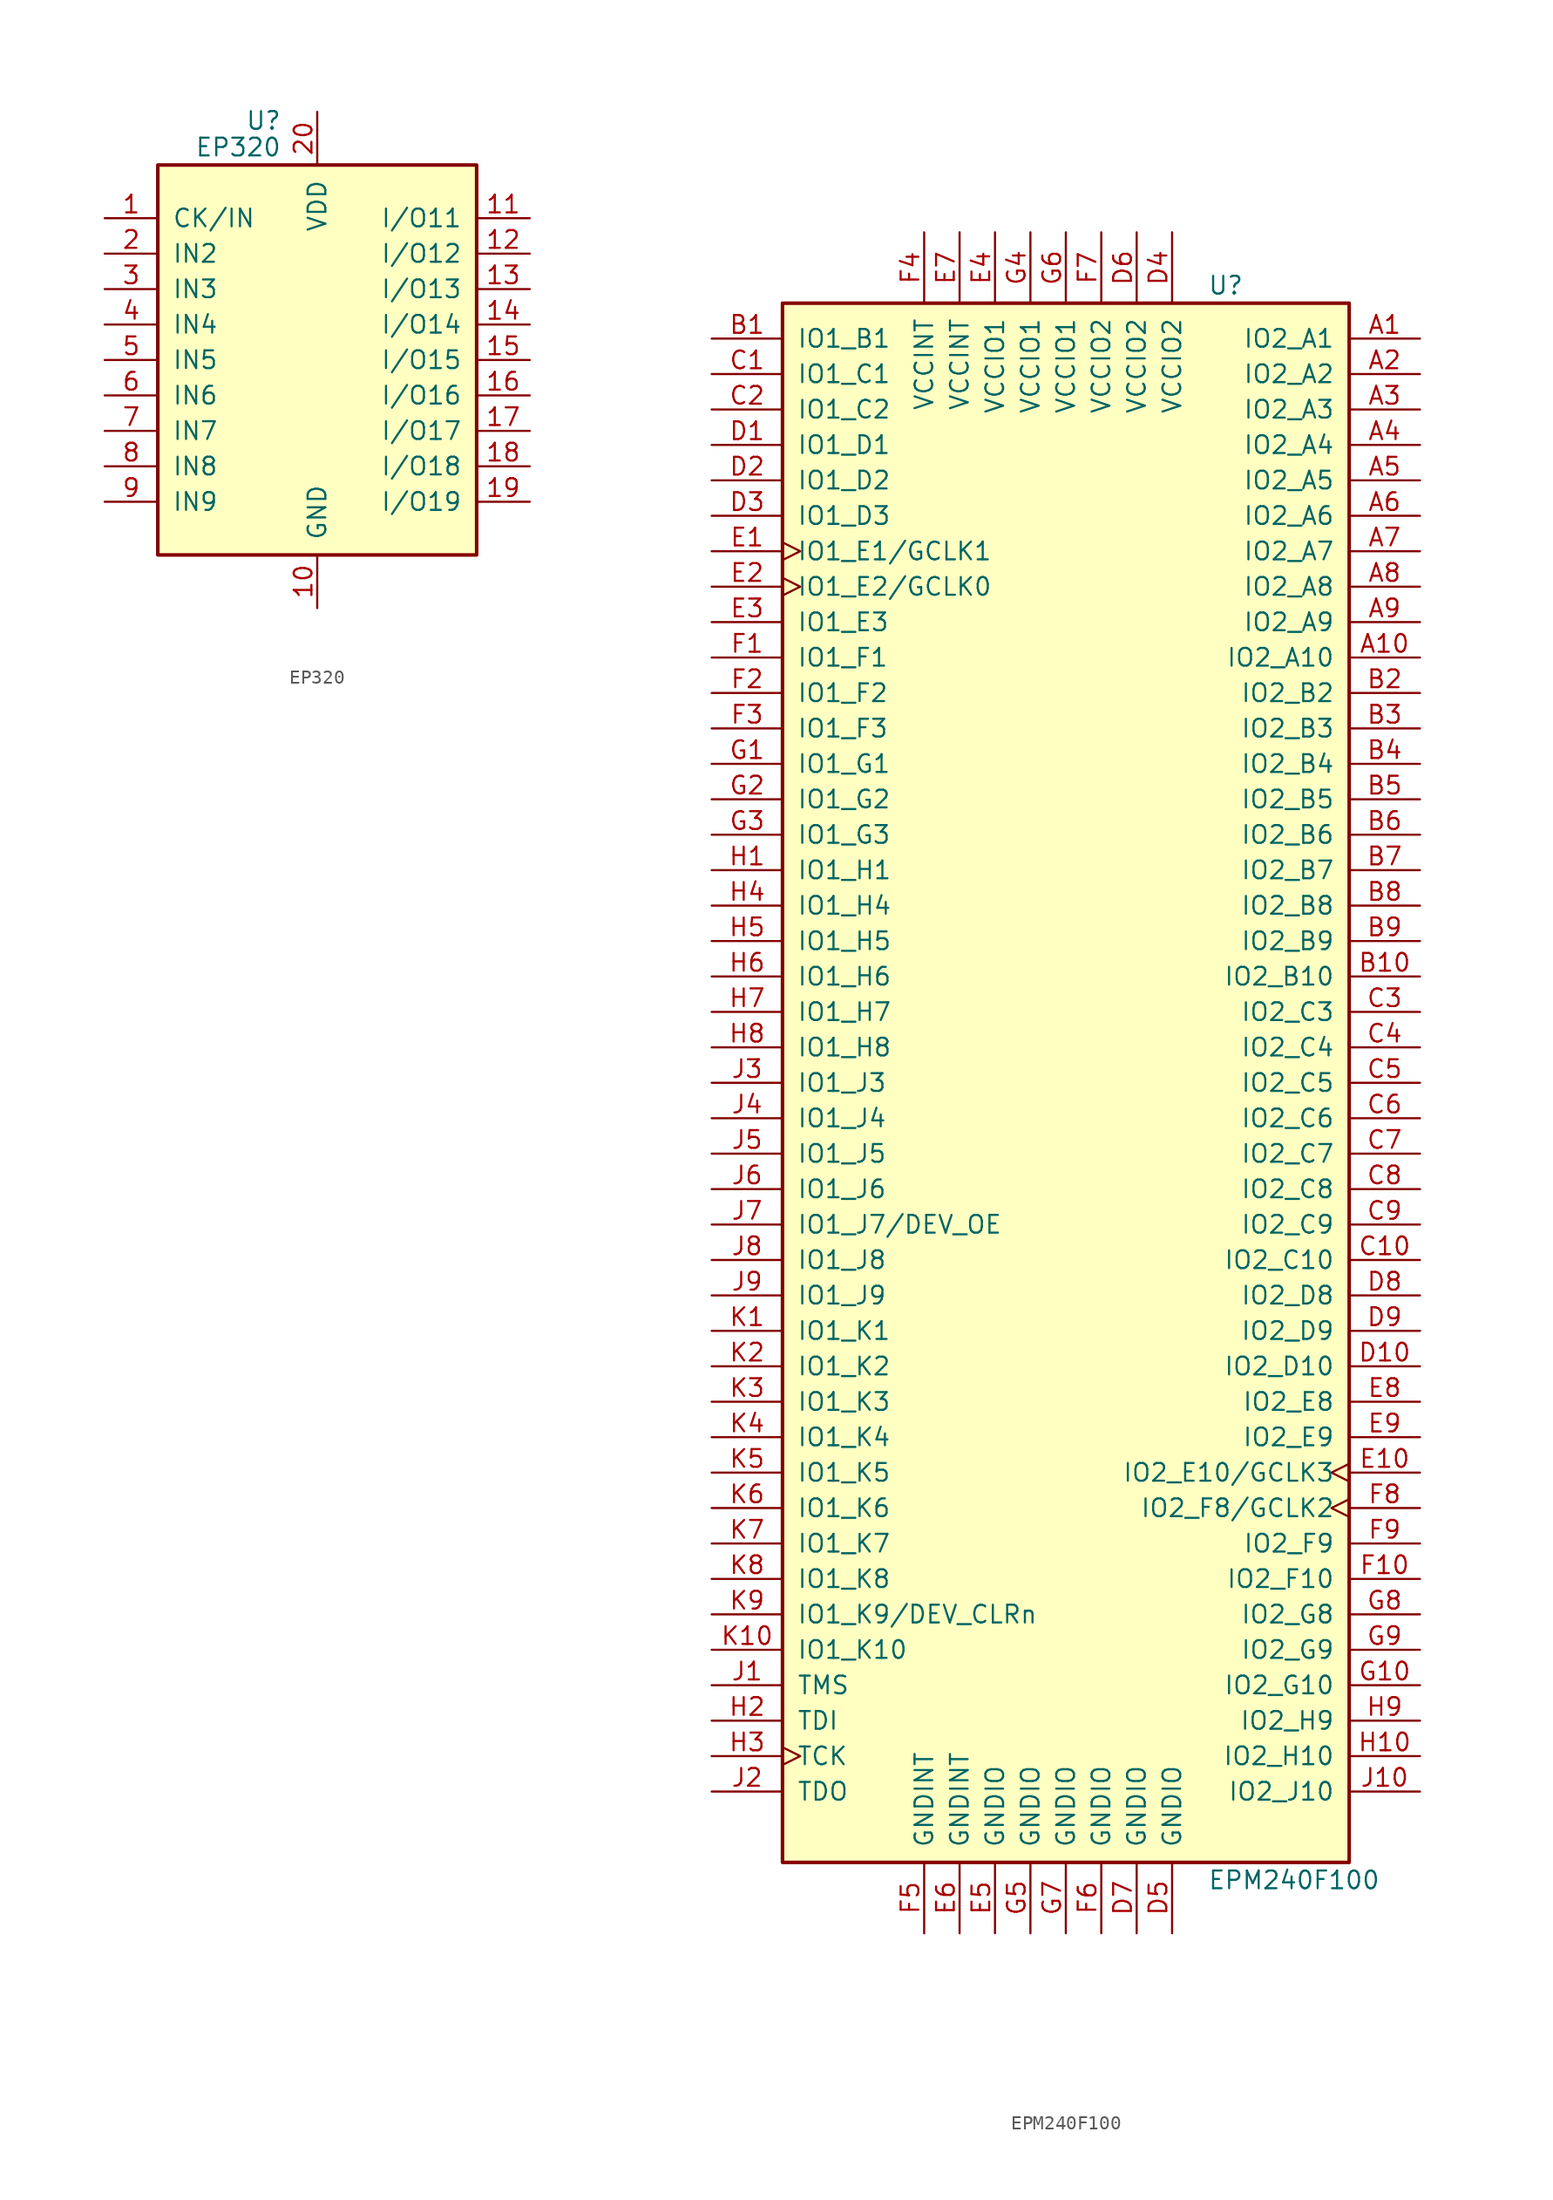
<source format=kicad_sym>
(kicad_symbol_lib
  (version 20220914)
  (generator kicad_symbol_editor)
  (symbol "EP320"
    (pin_names
      (offset 1.016))
    (property "Reference" "U"
      (at -2.54 17.145 0)
      (effects (font (size 1.27 1.27)) (justify right)))
    (property "Value" "EP320"
      (at -2.54 15.24 0)
      (effects (font (size 1.27 1.27)) (justify right)))
    (symbol "EP320_0_1"
      (rectangle (start -11.43 -13.97) (end 11.43 13.97) (stroke (width 0.254) (type default)) (fill (type background))))
    (symbol "EP320_1_1"
      (pin input line (at -15.24 10.16 0) (length 3.81) (name "CK/IN" (effects (font (size 1.27 1.27)))) (number "1" (effects (font (size 1.27 1.27)))))
      (pin power_in line (at 0 -17.78 90) (length 3.81) (name "GND" (effects (font (size 1.27 1.27)))) (number "10" (effects (font (size 1.27 1.27)))))
      (pin bidirectional line (at 15.24 10.16 180) (length 3.81) (name "I/O11" (effects (font (size 1.27 1.27)))) (number "11" (effects (font (size 1.27 1.27)))))
      (pin bidirectional line (at 15.24 7.62 180) (length 3.81) (name "I/O12" (effects (font (size 1.27 1.27)))) (number "12" (effects (font (size 1.27 1.27)))))
      (pin bidirectional line (at 15.24 5.08 180) (length 3.81) (name "I/O13" (effects (font (size 1.27 1.27)))) (number "13" (effects (font (size 1.27 1.27)))))
      (pin bidirectional line (at 15.24 2.54 180) (length 3.81) (name "I/O14" (effects (font (size 1.27 1.27)))) (number "14" (effects (font (size 1.27 1.27)))))
      (pin bidirectional line (at 15.24 0 180) (length 3.81) (name "I/O15" (effects (font (size 1.27 1.27)))) (number "15" (effects (font (size 1.27 1.27)))))
      (pin bidirectional line (at 15.24 -2.54 180) (length 3.81) (name "I/O16" (effects (font (size 1.27 1.27)))) (number "16" (effects (font (size 1.27 1.27)))))
      (pin bidirectional line (at 15.24 -5.08 180) (length 3.81) (name "I/O17" (effects (font (size 1.27 1.27)))) (number "17" (effects (font (size 1.27 1.27)))))
      (pin bidirectional line (at 15.24 -7.62 180) (length 3.81) (name "I/O18" (effects (font (size 1.27 1.27)))) (number "18" (effects (font (size 1.27 1.27)))))
      (pin bidirectional line (at 15.24 -10.16 180) (length 3.81) (name "I/O19" (effects (font (size 1.27 1.27)))) (number "19" (effects (font (size 1.27 1.27)))))
      (pin input line (at -15.24 7.62 0) (length 3.81) (name "IN2" (effects (font (size 1.27 1.27)))) (number "2" (effects (font (size 1.27 1.27)))))
      (pin power_in line (at 0 17.78 270) (length 3.81) (name "VDD" (effects (font (size 1.27 1.27)))) (number "20" (effects (font (size 1.27 1.27)))))
      (pin input line (at -15.24 5.08 0) (length 3.81) (name "IN3" (effects (font (size 1.27 1.27)))) (number "3" (effects (font (size 1.27 1.27)))))
      (pin input line (at -15.24 2.54 0) (length 3.81) (name "IN4" (effects (font (size 1.27 1.27)))) (number "4" (effects (font (size 1.27 1.27)))))
      (pin input line (at -15.24 0 0) (length 3.81) (name "IN5" (effects (font (size 1.27 1.27)))) (number "5" (effects (font (size 1.27 1.27)))))
      (pin input line (at -15.24 -2.54 0) (length 3.81) (name "IN6" (effects (font (size 1.27 1.27)))) (number "6" (effects (font (size 1.27 1.27)))))
      (pin input line (at -15.24 -5.08 0) (length 3.81) (name "IN7" (effects (font (size 1.27 1.27)))) (number "7" (effects (font (size 1.27 1.27)))))
      (pin input line (at -15.24 -7.62 0) (length 3.81) (name "IN8" (effects (font (size 1.27 1.27)))) (number "8" (effects (font (size 1.27 1.27)))))
      (pin input line (at -15.24 -10.16 0) (length 3.81) (name "IN9" (effects (font (size 1.27 1.27)))) (number "9" (effects (font (size 1.27 1.27)))))))
  (symbol "EPM240F100"
    (pin_names
      (offset 1.016))
    (property "Reference" "U"
      (at 10.16 57.15 0)
      (effects (font (size 1.27 1.27)) (justify left)))
    (property "Value" "EPM240F100"
      (at 10.16 -57.15 0)
      (effects (font (size 1.27 1.27)) (justify left)))
    (property "ki_locked" ""
      (at 0 0 0)
      (effects (font (size 1.27 1.27))))
    (symbol "EPM240F100_1_1"
      (rectangle (start -20.32 55.88) (end 20.32 -55.88) (stroke (width 0.254) (type default)) (fill (type background)))
      (pin bidirectional line (at 25.4 53.34 180) (length 5.08) (name "IO2_A1" (effects (font (size 1.27 1.27)))) (number "A1" (effects (font (size 1.27 1.27)))))
      (pin bidirectional line (at 25.4 30.48 180) (length 5.08) (name "IO2_A10" (effects (font (size 1.27 1.27)))) (number "A10" (effects (font (size 1.27 1.27)))))
      (pin bidirectional line (at 25.4 50.8 180) (length 5.08) (name "IO2_A2" (effects (font (size 1.27 1.27)))) (number "A2" (effects (font (size 1.27 1.27)))))
      (pin bidirectional line (at 25.4 48.26 180) (length 5.08) (name "IO2_A3" (effects (font (size 1.27 1.27)))) (number "A3" (effects (font (size 1.27 1.27)))))
      (pin bidirectional line (at 25.4 45.72 180) (length 5.08) (name "IO2_A4" (effects (font (size 1.27 1.27)))) (number "A4" (effects (font (size 1.27 1.27)))))
      (pin bidirectional line (at 25.4 43.18 180) (length 5.08) (name "IO2_A5" (effects (font (size 1.27 1.27)))) (number "A5" (effects (font (size 1.27 1.27)))))
      (pin bidirectional line (at 25.4 40.64 180) (length 5.08) (name "IO2_A6" (effects (font (size 1.27 1.27)))) (number "A6" (effects (font (size 1.27 1.27)))))
      (pin bidirectional line (at 25.4 38.1 180) (length 5.08) (name "IO2_A7" (effects (font (size 1.27 1.27)))) (number "A7" (effects (font (size 1.27 1.27)))))
      (pin bidirectional line (at 25.4 35.56 180) (length 5.08) (name "IO2_A8" (effects (font (size 1.27 1.27)))) (number "A8" (effects (font (size 1.27 1.27)))))
      (pin bidirectional line (at 25.4 33.02 180) (length 5.08) (name "IO2_A9" (effects (font (size 1.27 1.27)))) (number "A9" (effects (font (size 1.27 1.27)))))
      (pin bidirectional line (at -25.4 53.34 0) (length 5.08) (name "IO1_B1" (effects (font (size 1.27 1.27)))) (number "B1" (effects (font (size 1.27 1.27)))))
      (pin bidirectional line (at 25.4 7.62 180) (length 5.08) (name "IO2_B10" (effects (font (size 1.27 1.27)))) (number "B10" (effects (font (size 1.27 1.27)))))
      (pin bidirectional line (at 25.4 27.94 180) (length 5.08) (name "IO2_B2" (effects (font (size 1.27 1.27)))) (number "B2" (effects (font (size 1.27 1.27)))))
      (pin bidirectional line (at 25.4 25.4 180) (length 5.08) (name "IO2_B3" (effects (font (size 1.27 1.27)))) (number "B3" (effects (font (size 1.27 1.27)))))
      (pin bidirectional line (at 25.4 22.86 180) (length 5.08) (name "IO2_B4" (effects (font (size 1.27 1.27)))) (number "B4" (effects (font (size 1.27 1.27)))))
      (pin bidirectional line (at 25.4 20.32 180) (length 5.08) (name "IO2_B5" (effects (font (size 1.27 1.27)))) (number "B5" (effects (font (size 1.27 1.27)))))
      (pin bidirectional line (at 25.4 17.78 180) (length 5.08) (name "IO2_B6" (effects (font (size 1.27 1.27)))) (number "B6" (effects (font (size 1.27 1.27)))))
      (pin bidirectional line (at 25.4 15.24 180) (length 5.08) (name "IO2_B7" (effects (font (size 1.27 1.27)))) (number "B7" (effects (font (size 1.27 1.27)))))
      (pin bidirectional line (at 25.4 12.7 180) (length 5.08) (name "IO2_B8" (effects (font (size 1.27 1.27)))) (number "B8" (effects (font (size 1.27 1.27)))))
      (pin bidirectional line (at 25.4 10.16 180) (length 5.08) (name "IO2_B9" (effects (font (size 1.27 1.27)))) (number "B9" (effects (font (size 1.27 1.27)))))
      (pin bidirectional line (at -25.4 50.8 0) (length 5.08) (name "IO1_C1" (effects (font (size 1.27 1.27)))) (number "C1" (effects (font (size 1.27 1.27)))))
      (pin bidirectional line (at 25.4 -12.7 180) (length 5.08) (name "IO2_C10" (effects (font (size 1.27 1.27)))) (number "C10" (effects (font (size 1.27 1.27)))))
      (pin bidirectional line (at -25.4 48.26 0) (length 5.08) (name "IO1_C2" (effects (font (size 1.27 1.27)))) (number "C2" (effects (font (size 1.27 1.27)))))
      (pin bidirectional line (at 25.4 5.08 180) (length 5.08) (name "IO2_C3" (effects (font (size 1.27 1.27)))) (number "C3" (effects (font (size 1.27 1.27)))))
      (pin bidirectional line (at 25.4 2.54 180) (length 5.08) (name "IO2_C4" (effects (font (size 1.27 1.27)))) (number "C4" (effects (font (size 1.27 1.27)))))
      (pin bidirectional line (at 25.4 0 180) (length 5.08) (name "IO2_C5" (effects (font (size 1.27 1.27)))) (number "C5" (effects (font (size 1.27 1.27)))))
      (pin bidirectional line (at 25.4 -2.54 180) (length 5.08) (name "IO2_C6" (effects (font (size 1.27 1.27)))) (number "C6" (effects (font (size 1.27 1.27)))))
      (pin bidirectional line (at 25.4 -5.08 180) (length 5.08) (name "IO2_C7" (effects (font (size 1.27 1.27)))) (number "C7" (effects (font (size 1.27 1.27)))))
      (pin bidirectional line (at 25.4 -7.62 180) (length 5.08) (name "IO2_C8" (effects (font (size 1.27 1.27)))) (number "C8" (effects (font (size 1.27 1.27)))))
      (pin bidirectional line (at 25.4 -10.16 180) (length 5.08) (name "IO2_C9" (effects (font (size 1.27 1.27)))) (number "C9" (effects (font (size 1.27 1.27)))))
      (pin bidirectional line (at -25.4 45.72 0) (length 5.08) (name "IO1_D1" (effects (font (size 1.27 1.27)))) (number "D1" (effects (font (size 1.27 1.27)))))
      (pin bidirectional line (at 25.4 -20.32 180) (length 5.08) (name "IO2_D10" (effects (font (size 1.27 1.27)))) (number "D10" (effects (font (size 1.27 1.27)))))
      (pin bidirectional line (at -25.4 43.18 0) (length 5.08) (name "IO1_D2" (effects (font (size 1.27 1.27)))) (number "D2" (effects (font (size 1.27 1.27)))))
      (pin bidirectional line (at -25.4 40.64 0) (length 5.08) (name "IO1_D3" (effects (font (size 1.27 1.27)))) (number "D3" (effects (font (size 1.27 1.27)))))
      (pin power_in line (at 7.62 60.96 270) (length 5.08) (name "VCCIO2" (effects (font (size 1.27 1.27)))) (number "D4" (effects (font (size 1.27 1.27)))))
      (pin power_in line (at 7.62 -60.96 90) (length 5.08) (name "GNDIO" (effects (font (size 1.27 1.27)))) (number "D5" (effects (font (size 1.27 1.27)))))
      (pin power_in line (at 5.08 60.96 270) (length 5.08) (name "VCCIO2" (effects (font (size 1.27 1.27)))) (number "D6" (effects (font (size 1.27 1.27)))))
      (pin power_in line (at 5.08 -60.96 90) (length 5.08) (name "GNDIO" (effects (font (size 1.27 1.27)))) (number "D7" (effects (font (size 1.27 1.27)))))
      (pin bidirectional line (at 25.4 -15.24 180) (length 5.08) (name "IO2_D8" (effects (font (size 1.27 1.27)))) (number "D8" (effects (font (size 1.27 1.27)))))
      (pin bidirectional line (at 25.4 -17.78 180) (length 5.08) (name "IO2_D9" (effects (font (size 1.27 1.27)))) (number "D9" (effects (font (size 1.27 1.27)))))
      (pin bidirectional clock (at -25.4 38.1 0) (length 5.08) (name "IO1_E1/GCLK1" (effects (font (size 1.27 1.27)))) (number "E1" (effects (font (size 1.27 1.27)))))
      (pin bidirectional clock (at 25.4 -27.94 180) (length 5.08) (name "IO2_E10/GCLK3" (effects (font (size 1.27 1.27)))) (number "E10" (effects (font (size 1.27 1.27)))))
      (pin bidirectional clock (at -25.4 35.56 0) (length 5.08) (name "IO1_E2/GCLK0" (effects (font (size 1.27 1.27)))) (number "E2" (effects (font (size 1.27 1.27)))))
      (pin bidirectional line (at -25.4 33.02 0) (length 5.08) (name "IO1_E3" (effects (font (size 1.27 1.27)))) (number "E3" (effects (font (size 1.27 1.27)))))
      (pin power_in line (at -5.08 60.96 270) (length 5.08) (name "VCCIO1" (effects (font (size 1.27 1.27)))) (number "E4" (effects (font (size 1.27 1.27)))))
      (pin power_in line (at -5.08 -60.96 90) (length 5.08) (name "GNDIO" (effects (font (size 1.27 1.27)))) (number "E5" (effects (font (size 1.27 1.27)))))
      (pin power_in line (at -7.62 -60.96 90) (length 5.08) (name "GNDINT" (effects (font (size 1.27 1.27)))) (number "E6" (effects (font (size 1.27 1.27)))))
      (pin power_in line (at -7.62 60.96 270) (length 5.08) (name "VCCINT" (effects (font (size 1.27 1.27)))) (number "E7" (effects (font (size 1.27 1.27)))))
      (pin bidirectional line (at 25.4 -22.86 180) (length 5.08) (name "IO2_E8" (effects (font (size 1.27 1.27)))) (number "E8" (effects (font (size 1.27 1.27)))))
      (pin bidirectional line (at 25.4 -25.4 180) (length 5.08) (name "IO2_E9" (effects (font (size 1.27 1.27)))) (number "E9" (effects (font (size 1.27 1.27)))))
      (pin bidirectional line (at -25.4 30.48 0) (length 5.08) (name "IO1_F1" (effects (font (size 1.27 1.27)))) (number "F1" (effects (font (size 1.27 1.27)))))
      (pin bidirectional line (at 25.4 -35.56 180) (length 5.08) (name "IO2_F10" (effects (font (size 1.27 1.27)))) (number "F10" (effects (font (size 1.27 1.27)))))
      (pin bidirectional line (at -25.4 27.94 0) (length 5.08) (name "IO1_F2" (effects (font (size 1.27 1.27)))) (number "F2" (effects (font (size 1.27 1.27)))))
      (pin bidirectional line (at -25.4 25.4 0) (length 5.08) (name "IO1_F3" (effects (font (size 1.27 1.27)))) (number "F3" (effects (font (size 1.27 1.27)))))
      (pin power_in line (at -10.16 60.96 270) (length 5.08) (name "VCCINT" (effects (font (size 1.27 1.27)))) (number "F4" (effects (font (size 1.27 1.27)))))
      (pin power_in line (at -10.16 -60.96 90) (length 5.08) (name "GNDINT" (effects (font (size 1.27 1.27)))) (number "F5" (effects (font (size 1.27 1.27)))))
      (pin power_in line (at 2.54 -60.96 90) (length 5.08) (name "GNDIO" (effects (font (size 1.27 1.27)))) (number "F6" (effects (font (size 1.27 1.27)))))
      (pin power_in line (at 2.54 60.96 270) (length 5.08) (name "VCCIO2" (effects (font (size 1.27 1.27)))) (number "F7" (effects (font (size 1.27 1.27)))))
      (pin bidirectional clock (at 25.4 -30.48 180) (length 5.08) (name "IO2_F8/GCLK2" (effects (font (size 1.27 1.27)))) (number "F8" (effects (font (size 1.27 1.27)))))
      (pin bidirectional line (at 25.4 -33.02 180) (length 5.08) (name "IO2_F9" (effects (font (size 1.27 1.27)))) (number "F9" (effects (font (size 1.27 1.27)))))
      (pin bidirectional line (at -25.4 22.86 0) (length 5.08) (name "IO1_G1" (effects (font (size 1.27 1.27)))) (number "G1" (effects (font (size 1.27 1.27)))))
      (pin bidirectional line (at 25.4 -43.18 180) (length 5.08) (name "IO2_G10" (effects (font (size 1.27 1.27)))) (number "G10" (effects (font (size 1.27 1.27)))))
      (pin bidirectional line (at -25.4 20.32 0) (length 5.08) (name "IO1_G2" (effects (font (size 1.27 1.27)))) (number "G2" (effects (font (size 1.27 1.27)))))
      (pin bidirectional line (at -25.4 17.78 0) (length 5.08) (name "IO1_G3" (effects (font (size 1.27 1.27)))) (number "G3" (effects (font (size 1.27 1.27)))))
      (pin power_in line (at -2.54 60.96 270) (length 5.08) (name "VCCIO1" (effects (font (size 1.27 1.27)))) (number "G4" (effects (font (size 1.27 1.27)))))
      (pin power_in line (at -2.54 -60.96 90) (length 5.08) (name "GNDIO" (effects (font (size 1.27 1.27)))) (number "G5" (effects (font (size 1.27 1.27)))))
      (pin power_in line (at 0 60.96 270) (length 5.08) (name "VCCIO1" (effects (font (size 1.27 1.27)))) (number "G6" (effects (font (size 1.27 1.27)))))
      (pin power_in line (at 0 -60.96 90) (length 5.08) (name "GNDIO" (effects (font (size 1.27 1.27)))) (number "G7" (effects (font (size 1.27 1.27)))))
      (pin bidirectional line (at 25.4 -38.1 180) (length 5.08) (name "IO2_G8" (effects (font (size 1.27 1.27)))) (number "G8" (effects (font (size 1.27 1.27)))))
      (pin bidirectional line (at 25.4 -40.64 180) (length 5.08) (name "IO2_G9" (effects (font (size 1.27 1.27)))) (number "G9" (effects (font (size 1.27 1.27)))))
      (pin bidirectional line (at -25.4 15.24 0) (length 5.08) (name "IO1_H1" (effects (font (size 1.27 1.27)))) (number "H1" (effects (font (size 1.27 1.27)))))
      (pin bidirectional line (at 25.4 -48.26 180) (length 5.08) (name "IO2_H10" (effects (font (size 1.27 1.27)))) (number "H10" (effects (font (size 1.27 1.27)))))
      (pin input line (at -25.4 -45.72 0) (length 5.08) (name "TDI" (effects (font (size 1.27 1.27)))) (number "H2" (effects (font (size 1.27 1.27)))))
      (pin input clock (at -25.4 -48.26 0) (length 5.08) (name "TCK" (effects (font (size 1.27 1.27)))) (number "H3" (effects (font (size 1.27 1.27)))))
      (pin bidirectional line (at -25.4 12.7 0) (length 5.08) (name "IO1_H4" (effects (font (size 1.27 1.27)))) (number "H4" (effects (font (size 1.27 1.27)))))
      (pin bidirectional line (at -25.4 10.16 0) (length 5.08) (name "IO1_H5" (effects (font (size 1.27 1.27)))) (number "H5" (effects (font (size 1.27 1.27)))))
      (pin bidirectional line (at -25.4 7.62 0) (length 5.08) (name "IO1_H6" (effects (font (size 1.27 1.27)))) (number "H6" (effects (font (size 1.27 1.27)))))
      (pin bidirectional line (at -25.4 5.08 0) (length 5.08) (name "IO1_H7" (effects (font (size 1.27 1.27)))) (number "H7" (effects (font (size 1.27 1.27)))))
      (pin bidirectional line (at -25.4 2.54 0) (length 5.08) (name "IO1_H8" (effects (font (size 1.27 1.27)))) (number "H8" (effects (font (size 1.27 1.27)))))
      (pin bidirectional line (at 25.4 -45.72 180) (length 5.08) (name "IO2_H9" (effects (font (size 1.27 1.27)))) (number "H9" (effects (font (size 1.27 1.27)))))
      (pin input line (at -25.4 -43.18 0) (length 5.08) (name "TMS" (effects (font (size 1.27 1.27)))) (number "J1" (effects (font (size 1.27 1.27)))))
      (pin bidirectional line (at 25.4 -50.8 180) (length 5.08) (name "IO2_J10" (effects (font (size 1.27 1.27)))) (number "J10" (effects (font (size 1.27 1.27)))))
      (pin output line (at -25.4 -50.8 0) (length 5.08) (name "TDO" (effects (font (size 1.27 1.27)))) (number "J2" (effects (font (size 1.27 1.27)))))
      (pin bidirectional line (at -25.4 0 0) (length 5.08) (name "IO1_J3" (effects (font (size 1.27 1.27)))) (number "J3" (effects (font (size 1.27 1.27)))))
      (pin bidirectional line (at -25.4 -2.54 0) (length 5.08) (name "IO1_J4" (effects (font (size 1.27 1.27)))) (number "J4" (effects (font (size 1.27 1.27)))))
      (pin bidirectional line (at -25.4 -5.08 0) (length 5.08) (name "IO1_J5" (effects (font (size 1.27 1.27)))) (number "J5" (effects (font (size 1.27 1.27)))))
      (pin bidirectional line (at -25.4 -7.62 0) (length 5.08) (name "IO1_J6" (effects (font (size 1.27 1.27)))) (number "J6" (effects (font (size 1.27 1.27)))))
      (pin bidirectional line (at -25.4 -10.16 0) (length 5.08) (name "IO1_J7/DEV_OE" (effects (font (size 1.27 1.27)))) (number "J7" (effects (font (size 1.27 1.27)))))
      (pin bidirectional line (at -25.4 -12.7 0) (length 5.08) (name "IO1_J8" (effects (font (size 1.27 1.27)))) (number "J8" (effects (font (size 1.27 1.27)))))
      (pin bidirectional line (at -25.4 -15.24 0) (length 5.08) (name "IO1_J9" (effects (font (size 1.27 1.27)))) (number "J9" (effects (font (size 1.27 1.27)))))
      (pin bidirectional line (at -25.4 -17.78 0) (length 5.08) (name "IO1_K1" (effects (font (size 1.27 1.27)))) (number "K1" (effects (font (size 1.27 1.27)))))
      (pin bidirectional line (at -25.4 -40.64 0) (length 5.08) (name "IO1_K10" (effects (font (size 1.27 1.27)))) (number "K10" (effects (font (size 1.27 1.27)))))
      (pin bidirectional line (at -25.4 -20.32 0) (length 5.08) (name "IO1_K2" (effects (font (size 1.27 1.27)))) (number "K2" (effects (font (size 1.27 1.27)))))
      (pin bidirectional line (at -25.4 -22.86 0) (length 5.08) (name "IO1_K3" (effects (font (size 1.27 1.27)))) (number "K3" (effects (font (size 1.27 1.27)))))
      (pin bidirectional line (at -25.4 -25.4 0) (length 5.08) (name "IO1_K4" (effects (font (size 1.27 1.27)))) (number "K4" (effects (font (size 1.27 1.27)))))
      (pin bidirectional line (at -25.4 -27.94 0) (length 5.08) (name "IO1_K5" (effects (font (size 1.27 1.27)))) (number "K5" (effects (font (size 1.27 1.27)))))
      (pin bidirectional line (at -25.4 -30.48 0) (length 5.08) (name "IO1_K6" (effects (font (size 1.27 1.27)))) (number "K6" (effects (font (size 1.27 1.27)))))
      (pin bidirectional line (at -25.4 -33.02 0) (length 5.08) (name "IO1_K7" (effects (font (size 1.27 1.27)))) (number "K7" (effects (font (size 1.27 1.27)))))
      (pin bidirectional line (at -25.4 -35.56 0) (length 5.08) (name "IO1_K8" (effects (font (size 1.27 1.27)))) (number "K8" (effects (font (size 1.27 1.27)))))
      (pin bidirectional line (at -25.4 -38.1 0) (length 5.08) (name "IO1_K9/DEV_CLRn" (effects (font (size 1.27 1.27)))) (number "K9" (effects (font (size 1.27 1.27))))))))
</source>
